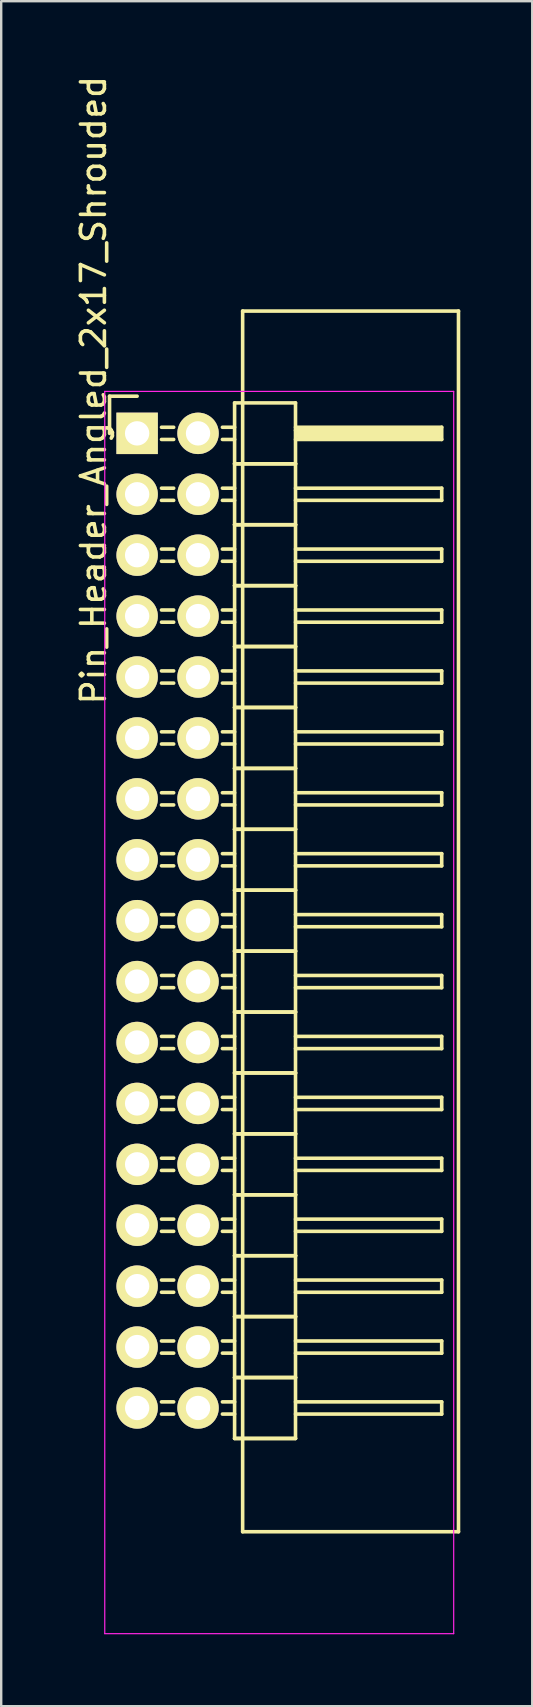
<source format=kicad_pcb>
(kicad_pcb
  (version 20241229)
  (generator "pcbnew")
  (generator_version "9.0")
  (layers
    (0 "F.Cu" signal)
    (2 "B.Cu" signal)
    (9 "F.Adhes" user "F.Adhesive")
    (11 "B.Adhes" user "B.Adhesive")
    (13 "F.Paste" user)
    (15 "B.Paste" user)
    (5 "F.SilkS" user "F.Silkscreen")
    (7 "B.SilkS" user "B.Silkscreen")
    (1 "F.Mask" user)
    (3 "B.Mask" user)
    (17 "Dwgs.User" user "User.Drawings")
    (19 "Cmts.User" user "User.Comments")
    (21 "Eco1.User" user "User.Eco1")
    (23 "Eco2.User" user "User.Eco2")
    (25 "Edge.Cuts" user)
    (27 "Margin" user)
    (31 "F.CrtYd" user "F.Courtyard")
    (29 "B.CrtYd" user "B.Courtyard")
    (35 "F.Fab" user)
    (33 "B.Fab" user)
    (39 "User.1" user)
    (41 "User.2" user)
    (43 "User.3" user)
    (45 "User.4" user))
  (footprint "Pin_Header_Angled_2x17_Shrouded"
    (layer "F.Cu")
    (at 2.668 15.02)
    (property "Reference" "Pin_Header_Angled_2x17_Shrouded" (at -1.82 -1.8 90) (layer "F.SilkS") (effects (font (size 1 1) (thickness 0.15))))
    (attr through_hole)
    (fp_line (start -1.15 -1.55) (end -1.15 0) (stroke (width 0.15) (type solid)) (layer "F.SilkS"))
    (fp_line (start 0 -1.55) (end -1.15 -1.55) (stroke (width 0.15) (type solid)) (layer "F.SilkS"))
    (fp_line (start 1.524 -0.254) (end 1.016 -0.254) (stroke (width 0.15) (type solid)) (layer "F.SilkS"))
    (fp_line (start 1.524 0.254) (end 1.016 0.254) (stroke (width 0.15) (type solid)) (layer "F.SilkS"))
    (fp_line (start 1.524 2.286) (end 1.016 2.286) (stroke (width 0.15) (type solid)) (layer "F.SilkS"))
    (fp_line (start 1.524 2.794) (end 1.016 2.794) (stroke (width 0.15) (type solid)) (layer "F.SilkS"))
    (fp_line (start 1.524 4.826) (end 1.016 4.826) (stroke (width 0.15) (type solid)) (layer "F.SilkS"))
    (fp_line (start 1.524 5.334) (end 1.016 5.334) (stroke (width 0.15) (type solid)) (layer "F.SilkS"))
    (fp_line (start 1.524 7.366) (end 1.016 7.366) (stroke (width 0.15) (type solid)) (layer "F.SilkS"))
    (fp_line (start 1.524 7.874) (end 1.016 7.874) (stroke (width 0.15) (type solid)) (layer "F.SilkS"))
    (fp_line (start 1.524 9.906) (end 1.016 9.906) (stroke (width 0.15) (type solid)) (layer "F.SilkS"))
    (fp_line (start 1.524 10.414) (end 1.016 10.414) (stroke (width 0.15) (type solid)) (layer "F.SilkS"))
    (fp_line (start 1.524 12.446) (end 1.016 12.446) (stroke (width 0.15) (type solid)) (layer "F.SilkS"))
    (fp_line (start 1.524 12.954) (end 1.016 12.954) (stroke (width 0.15) (type solid)) (layer "F.SilkS"))
    (fp_line (start 1.524 14.986) (end 1.016 14.986) (stroke (width 0.15) (type solid)) (layer "F.SilkS"))
    (fp_line (start 1.524 15.494) (end 1.016 15.494) (stroke (width 0.15) (type solid)) (layer "F.SilkS"))
    (fp_line (start 1.524 17.526) (end 1.016 17.526) (stroke (width 0.15) (type solid)) (layer "F.SilkS"))
    (fp_line (start 1.524 18.034) (end 1.016 18.034) (stroke (width 0.15) (type solid)) (layer "F.SilkS"))
    (fp_line (start 1.524 20.066) (end 1.016 20.066) (stroke (width 0.15) (type solid)) (layer "F.SilkS"))
    (fp_line (start 1.524 20.574) (end 1.016 20.574) (stroke (width 0.15) (type solid)) (layer "F.SilkS"))
    (fp_line (start 1.524 22.606) (end 1.016 22.606) (stroke (width 0.15) (type solid)) (layer "F.SilkS"))
    (fp_line (start 1.524 23.114) (end 1.016 23.114) (stroke (width 0.15) (type solid)) (layer "F.SilkS"))
    (fp_line (start 1.524 25.146) (end 1.016 25.146) (stroke (width 0.15) (type solid)) (layer "F.SilkS"))
    (fp_line (start 1.524 25.654) (end 1.016 25.654) (stroke (width 0.15) (type solid)) (layer "F.SilkS"))
    (fp_line (start 1.524 27.686) (end 1.016 27.686) (stroke (width 0.15) (type solid)) (layer "F.SilkS"))
    (fp_line (start 1.524 28.194) (end 1.016 28.194) (stroke (width 0.15) (type solid)) (layer "F.SilkS"))
    (fp_line (start 1.524 30.226) (end 1.016 30.226) (stroke (width 0.15) (type solid)) (layer "F.SilkS"))
    (fp_line (start 1.524 30.734) (end 1.016 30.734) (stroke (width 0.15) (type solid)) (layer "F.SilkS"))
    (fp_line (start 1.524 32.766) (end 1.016 32.766) (stroke (width 0.15) (type solid)) (layer "F.SilkS"))
    (fp_line (start 1.524 33.274) (end 1.016 33.274) (stroke (width 0.15) (type solid)) (layer "F.SilkS"))
    (fp_line (start 1.524 35.306) (end 1.016 35.306) (stroke (width 0.15) (type solid)) (layer "F.SilkS"))
    (fp_line (start 1.524 35.814) (end 1.016 35.814) (stroke (width 0.15) (type solid)) (layer "F.SilkS"))
    (fp_line (start 1.524 37.846) (end 1.016 37.846) (stroke (width 0.15) (type solid)) (layer "F.SilkS"))
    (fp_line (start 1.524 38.354) (end 1.016 38.354) (stroke (width 0.15) (type solid)) (layer "F.SilkS"))
    (fp_line (start 1.524 40.386) (end 1.016 40.386) (stroke (width 0.15) (type solid)) (layer "F.SilkS"))
    (fp_line (start 1.524 40.894) (end 1.016 40.894) (stroke (width 0.15) (type solid)) (layer "F.SilkS"))
    (fp_line (start 4.064 -1.27) (end 4.064 1.27) (stroke (width 0.15) (type solid)) (layer "F.SilkS"))
    (fp_line (start 4.064 -1.27) (end 6.604 -1.27) (stroke (width 0.15) (type solid)) (layer "F.SilkS"))
    (fp_line (start 4.064 -0.254) (end 3.556 -0.254) (stroke (width 0.15) (type solid)) (layer "F.SilkS"))
    (fp_line (start 4.064 0.254) (end 3.556 0.254) (stroke (width 0.15) (type solid)) (layer "F.SilkS"))
    (fp_line (start 4.064 1.27) (end 4.064 3.81) (stroke (width 0.15) (type solid)) (layer "F.SilkS"))
    (fp_line (start 4.064 1.27) (end 6.604 1.27) (stroke (width 0.15) (type solid)) (layer "F.SilkS"))
    (fp_line (start 4.064 1.27) (end 6.604 1.27) (stroke (width 0.15) (type solid)) (layer "F.SilkS"))
    (fp_line (start 4.064 2.286) (end 3.556 2.286) (stroke (width 0.15) (type solid)) (layer "F.SilkS"))
    (fp_line (start 4.064 2.794) (end 3.556 2.794) (stroke (width 0.15) (type solid)) (layer "F.SilkS"))
    (fp_line (start 4.064 3.81) (end 4.064 6.35) (stroke (width 0.15) (type solid)) (layer "F.SilkS"))
    (fp_line (start 4.064 3.81) (end 6.604 3.81) (stroke (width 0.15) (type solid)) (layer "F.SilkS"))
    (fp_line (start 4.064 3.81) (end 6.604 3.81) (stroke (width 0.15) (type solid)) (layer "F.SilkS"))
    (fp_line (start 4.064 4.826) (end 3.556 4.826) (stroke (width 0.15) (type solid)) (layer "F.SilkS"))
    (fp_line (start 4.064 5.334) (end 3.556 5.334) (stroke (width 0.15) (type solid)) (layer "F.SilkS"))
    (fp_line (start 4.064 6.35) (end 4.064 8.89) (stroke (width 0.15) (type solid)) (layer "F.SilkS"))
    (fp_line (start 4.064 6.35) (end 6.604 6.35) (stroke (width 0.15) (type solid)) (layer "F.SilkS"))
    (fp_line (start 4.064 6.35) (end 6.604 6.35) (stroke (width 0.15) (type solid)) (layer "F.SilkS"))
    (fp_line (start 4.064 7.366) (end 3.556 7.366) (stroke (width 0.15) (type solid)) (layer "F.SilkS"))
    (fp_line (start 4.064 7.874) (end 3.556 7.874) (stroke (width 0.15) (type solid)) (layer "F.SilkS"))
    (fp_line (start 4.064 8.89) (end 4.064 11.43) (stroke (width 0.15) (type solid)) (layer "F.SilkS"))
    (fp_line (start 4.064 8.89) (end 6.604 8.89) (stroke (width 0.15) (type solid)) (layer "F.SilkS"))
    (fp_line (start 4.064 8.89) (end 6.604 8.89) (stroke (width 0.15) (type solid)) (layer "F.SilkS"))
    (fp_line (start 4.064 9.906) (end 3.556 9.906) (stroke (width 0.15) (type solid)) (layer "F.SilkS"))
    (fp_line (start 4.064 10.414) (end 3.556 10.414) (stroke (width 0.15) (type solid)) (layer "F.SilkS"))
    (fp_line (start 4.064 11.43) (end 4.064 13.97) (stroke (width 0.15) (type solid)) (layer "F.SilkS"))
    (fp_line (start 4.064 11.43) (end 6.604 11.43) (stroke (width 0.15) (type solid)) (layer "F.SilkS"))
    (fp_line (start 4.064 11.43) (end 6.604 11.43) (stroke (width 0.15) (type solid)) (layer "F.SilkS"))
    (fp_line (start 4.064 12.446) (end 3.556 12.446) (stroke (width 0.15) (type solid)) (layer "F.SilkS"))
    (fp_line (start 4.064 12.954) (end 3.556 12.954) (stroke (width 0.15) (type solid)) (layer "F.SilkS"))
    (fp_line (start 4.064 13.97) (end 4.064 16.51) (stroke (width 0.15) (type solid)) (layer "F.SilkS"))
    (fp_line (start 4.064 13.97) (end 6.604 13.97) (stroke (width 0.15) (type solid)) (layer "F.SilkS"))
    (fp_line (start 4.064 13.97) (end 6.604 13.97) (stroke (width 0.15) (type solid)) (layer "F.SilkS"))
    (fp_line (start 4.064 14.986) (end 3.556 14.986) (stroke (width 0.15) (type solid)) (layer "F.SilkS"))
    (fp_line (start 4.064 15.494) (end 3.556 15.494) (stroke (width 0.15) (type solid)) (layer "F.SilkS"))
    (fp_line (start 4.064 16.51) (end 4.064 19.05) (stroke (width 0.15) (type solid)) (layer "F.SilkS"))
    (fp_line (start 4.064 16.51) (end 6.604 16.51) (stroke (width 0.15) (type solid)) (layer "F.SilkS"))
    (fp_line (start 4.064 16.51) (end 6.604 16.51) (stroke (width 0.15) (type solid)) (layer "F.SilkS"))
    (fp_line (start 4.064 17.526) (end 3.556 17.526) (stroke (width 0.15) (type solid)) (layer "F.SilkS"))
    (fp_line (start 4.064 18.034) (end 3.556 18.034) (stroke (width 0.15) (type solid)) (layer "F.SilkS"))
    (fp_line (start 4.064 19.05) (end 4.064 21.59) (stroke (width 0.15) (type solid)) (layer "F.SilkS"))
    (fp_line (start 4.064 19.05) (end 6.604 19.05) (stroke (width 0.15) (type solid)) (layer "F.SilkS"))
    (fp_line (start 4.064 19.05) (end 6.604 19.05) (stroke (width 0.15) (type solid)) (layer "F.SilkS"))
    (fp_line (start 4.064 20.066) (end 3.556 20.066) (stroke (width 0.15) (type solid)) (layer "F.SilkS"))
    (fp_line (start 4.064 20.574) (end 3.556 20.574) (stroke (width 0.15) (type solid)) (layer "F.SilkS"))
    (fp_line (start 4.064 21.59) (end 4.064 24.13) (stroke (width 0.15) (type solid)) (layer "F.SilkS"))
    (fp_line (start 4.064 21.59) (end 6.604 21.59) (stroke (width 0.15) (type solid)) (layer "F.SilkS"))
    (fp_line (start 4.064 21.59) (end 6.604 21.59) (stroke (width 0.15) (type solid)) (layer "F.SilkS"))
    (fp_line (start 4.064 22.606) (end 3.556 22.606) (stroke (width 0.15) (type solid)) (layer "F.SilkS"))
    (fp_line (start 4.064 23.114) (end 3.556 23.114) (stroke (width 0.15) (type solid)) (layer "F.SilkS"))
    (fp_line (start 4.064 24.13) (end 4.064 26.67) (stroke (width 0.15) (type solid)) (layer "F.SilkS"))
    (fp_line (start 4.064 24.13) (end 6.604 24.13) (stroke (width 0.15) (type solid)) (layer "F.SilkS"))
    (fp_line (start 4.064 24.13) (end 6.604 24.13) (stroke (width 0.15) (type solid)) (layer "F.SilkS"))
    (fp_line (start 4.064 25.146) (end 3.556 25.146) (stroke (width 0.15) (type solid)) (layer "F.SilkS"))
    (fp_line (start 4.064 25.654) (end 3.556 25.654) (stroke (width 0.15) (type solid)) (layer "F.SilkS"))
    (fp_line (start 4.064 26.67) (end 4.064 29.21) (stroke (width 0.15) (type solid)) (layer "F.SilkS"))
    (fp_line (start 4.064 26.67) (end 6.604 26.67) (stroke (width 0.15) (type solid)) (layer "F.SilkS"))
    (fp_line (start 4.064 26.67) (end 6.604 26.67) (stroke (width 0.15) (type solid)) (layer "F.SilkS"))
    (fp_line (start 4.064 27.686) (end 3.556 27.686) (stroke (width 0.15) (type solid)) (layer "F.SilkS"))
    (fp_line (start 4.064 28.194) (end 3.556 28.194) (stroke (width 0.15) (type solid)) (layer "F.SilkS"))
    (fp_line (start 4.064 29.21) (end 4.064 31.75) (stroke (width 0.15) (type solid)) (layer "F.SilkS"))
    (fp_line (start 4.064 29.21) (end 6.604 29.21) (stroke (width 0.15) (type solid)) (layer "F.SilkS"))
    (fp_line (start 4.064 29.21) (end 6.604 29.21) (stroke (width 0.15) (type solid)) (layer "F.SilkS"))
    (fp_line (start 4.064 30.226) (end 3.556 30.226) (stroke (width 0.15) (type solid)) (layer "F.SilkS"))
    (fp_line (start 4.064 30.734) (end 3.556 30.734) (stroke (width 0.15) (type solid)) (layer "F.SilkS"))
    (fp_line (start 4.064 31.75) (end 4.064 34.29) (stroke (width 0.15) (type solid)) (layer "F.SilkS"))
    (fp_line (start 4.064 31.75) (end 6.604 31.75) (stroke (width 0.15) (type solid)) (layer "F.SilkS"))
    (fp_line (start 4.064 31.75) (end 6.604 31.75) (stroke (width 0.15) (type solid)) (layer "F.SilkS"))
    (fp_line (start 4.064 32.766) (end 3.556 32.766) (stroke (width 0.15) (type solid)) (layer "F.SilkS"))
    (fp_line (start 4.064 33.274) (end 3.556 33.274) (stroke (width 0.15) (type solid)) (layer "F.SilkS"))
    (fp_line (start 4.064 34.29) (end 4.064 36.83) (stroke (width 0.15) (type solid)) (layer "F.SilkS"))
    (fp_line (start 4.064 34.29) (end 6.604 34.29) (stroke (width 0.15) (type solid)) (layer "F.SilkS"))
    (fp_line (start 4.064 34.29) (end 6.604 34.29) (stroke (width 0.15) (type solid)) (layer "F.SilkS"))
    (fp_line (start 4.064 35.306) (end 3.556 35.306) (stroke (width 0.15) (type solid)) (layer "F.SilkS"))
    (fp_line (start 4.064 35.814) (end 3.556 35.814) (stroke (width 0.15) (type solid)) (layer "F.SilkS"))
    (fp_line (start 4.064 36.83) (end 4.064 39.37) (stroke (width 0.15) (type solid)) (layer "F.SilkS"))
    (fp_line (start 4.064 36.83) (end 6.604 36.83) (stroke (width 0.15) (type solid)) (layer "F.SilkS"))
    (fp_line (start 4.064 36.83) (end 6.604 36.83) (stroke (width 0.15) (type solid)) (layer "F.SilkS"))
    (fp_line (start 4.064 37.846) (end 3.556 37.846) (stroke (width 0.15) (type solid)) (layer "F.SilkS"))
    (fp_line (start 4.064 38.354) (end 3.556 38.354) (stroke (width 0.15) (type solid)) (layer "F.SilkS"))
    (fp_line (start 4.064 39.37) (end 4.064 41.91) (stroke (width 0.15) (type solid)) (layer "F.SilkS"))
    (fp_line (start 4.064 39.37) (end 6.604 39.37) (stroke (width 0.15) (type solid)) (layer "F.SilkS"))
    (fp_line (start 4.064 39.37) (end 6.604 39.37) (stroke (width 0.15) (type solid)) (layer "F.SilkS"))
    (fp_line (start 4.064 40.386) (end 3.556 40.386) (stroke (width 0.15) (type solid)) (layer "F.SilkS"))
    (fp_line (start 4.064 40.894) (end 3.556 40.894) (stroke (width 0.15) (type solid)) (layer "F.SilkS"))
    (fp_line (start 4.064 41.91) (end 6.604 41.91) (stroke (width 0.15) (type solid)) (layer "F.SilkS"))
    (fp_line (start 4.064 41.91) (end 6.604 41.91) (stroke (width 0.15) (type solid)) (layer "F.SilkS"))
    (fp_line (start 4.4 -5.1) (end 13.4 -5.1) (stroke (width 0.15) (type solid)) (layer "F.SilkS"))
    (fp_line (start 4.4 45.8) (end 4.4 -5.1) (stroke (width 0.15) (type solid)) (layer "F.SilkS"))
    (fp_line (start 6.604 -0.254) (end 12.7 -0.254) (stroke (width 0.15) (type solid)) (layer "F.SilkS"))
    (fp_line (start 6.604 -0.127) (end 12.573 -0.127) (stroke (width 0.15) (type solid)) (layer "F.SilkS"))
    (fp_line (start 6.604 1.27) (end 6.604 -1.27) (stroke (width 0.15) (type solid)) (layer "F.SilkS"))
    (fp_line (start 6.604 2.286) (end 12.7 2.286) (stroke (width 0.15) (type solid)) (layer "F.SilkS"))
    (fp_line (start 6.604 3.81) (end 6.604 1.27) (stroke (width 0.15) (type solid)) (layer "F.SilkS"))
    (fp_line (start 6.604 4.826) (end 12.7 4.826) (stroke (width 0.15) (type solid)) (layer "F.SilkS"))
    (fp_line (start 6.604 6.35) (end 6.604 3.81) (stroke (width 0.15) (type solid)) (layer "F.SilkS"))
    (fp_line (start 6.604 7.366) (end 12.7 7.366) (stroke (width 0.15) (type solid)) (layer "F.SilkS"))
    (fp_line (start 6.604 8.89) (end 6.604 6.35) (stroke (width 0.15) (type solid)) (layer "F.SilkS"))
    (fp_line (start 6.604 9.906) (end 12.7 9.906) (stroke (width 0.15) (type solid)) (layer "F.SilkS"))
    (fp_line (start 6.604 11.43) (end 6.604 8.89) (stroke (width 0.15) (type solid)) (layer "F.SilkS"))
    (fp_line (start 6.604 12.446) (end 12.7 12.446) (stroke (width 0.15) (type solid)) (layer "F.SilkS"))
    (fp_line (start 6.604 13.97) (end 6.604 11.43) (stroke (width 0.15) (type solid)) (layer "F.SilkS"))
    (fp_line (start 6.604 14.986) (end 12.7 14.986) (stroke (width 0.15) (type solid)) (layer "F.SilkS"))
    (fp_line (start 6.604 16.51) (end 6.604 13.97) (stroke (width 0.15) (type solid)) (layer "F.SilkS"))
    (fp_line (start 6.604 17.526) (end 12.7 17.526) (stroke (width 0.15) (type solid)) (layer "F.SilkS"))
    (fp_line (start 6.604 19.05) (end 6.604 16.51) (stroke (width 0.15) (type solid)) (layer "F.SilkS"))
    (fp_line (start 6.604 20.066) (end 12.7 20.066) (stroke (width 0.15) (type solid)) (layer "F.SilkS"))
    (fp_line (start 6.604 21.59) (end 6.604 19.05) (stroke (width 0.15) (type solid)) (layer "F.SilkS"))
    (fp_line (start 6.604 22.606) (end 12.7 22.606) (stroke (width 0.15) (type solid)) (layer "F.SilkS"))
    (fp_line (start 6.604 24.13) (end 6.604 21.59) (stroke (width 0.15) (type solid)) (layer "F.SilkS"))
    (fp_line (start 6.604 25.146) (end 12.7 25.146) (stroke (width 0.15) (type solid)) (layer "F.SilkS"))
    (fp_line (start 6.604 26.67) (end 6.604 24.13) (stroke (width 0.15) (type solid)) (layer "F.SilkS"))
    (fp_line (start 6.604 27.686) (end 12.7 27.686) (stroke (width 0.15) (type solid)) (layer "F.SilkS"))
    (fp_line (start 6.604 29.21) (end 6.604 26.67) (stroke (width 0.15) (type solid)) (layer "F.SilkS"))
    (fp_line (start 6.604 30.226) (end 12.7 30.226) (stroke (width 0.15) (type solid)) (layer "F.SilkS"))
    (fp_line (start 6.604 31.75) (end 6.604 29.21) (stroke (width 0.15) (type solid)) (layer "F.SilkS"))
    (fp_line (start 6.604 32.766) (end 12.7 32.766) (stroke (width 0.15) (type solid)) (layer "F.SilkS"))
    (fp_line (start 6.604 34.29) (end 6.604 31.75) (stroke (width 0.15) (type solid)) (layer "F.SilkS"))
    (fp_line (start 6.604 35.306) (end 12.7 35.306) (stroke (width 0.15) (type solid)) (layer "F.SilkS"))
    (fp_line (start 6.604 36.83) (end 6.604 34.29) (stroke (width 0.15) (type solid)) (layer "F.SilkS"))
    (fp_line (start 6.604 37.846) (end 12.7 37.846) (stroke (width 0.15) (type solid)) (layer "F.SilkS"))
    (fp_line (start 6.604 39.37) (end 6.604 36.83) (stroke (width 0.15) (type solid)) (layer "F.SilkS"))
    (fp_line (start 6.604 40.386) (end 12.7 40.386) (stroke (width 0.15) (type solid)) (layer "F.SilkS"))
    (fp_line (start 6.604 41.91) (end 6.604 39.37) (stroke (width 0.15) (type solid)) (layer "F.SilkS"))
    (fp_line (start 6.731 0) (end 12.573 0) (stroke (width 0.15) (type solid)) (layer "F.SilkS"))
    (fp_line (start 6.731 0.127) (end 6.731 0) (stroke (width 0.15) (type solid)) (layer "F.SilkS"))
    (fp_line (start 12.573 -0.127) (end 12.573 0.127) (stroke (width 0.15) (type solid)) (layer "F.SilkS"))
    (fp_line (start 12.573 0.127) (end 6.731 0.127) (stroke (width 0.15) (type solid)) (layer "F.SilkS"))
    (fp_line (start 12.7 -0.254) (end 12.7 0.254) (stroke (width 0.15) (type solid)) (layer "F.SilkS"))
    (fp_line (start 12.7 0.254) (end 6.604 0.254) (stroke (width 0.15) (type solid)) (layer "F.SilkS"))
    (fp_line (start 12.7 2.286) (end 12.7 2.794) (stroke (width 0.15) (type solid)) (layer "F.SilkS"))
    (fp_line (start 12.7 2.794) (end 6.604 2.794) (stroke (width 0.15) (type solid)) (layer "F.SilkS"))
    (fp_line (start 12.7 4.826) (end 12.7 5.334) (stroke (width 0.15) (type solid)) (layer "F.SilkS"))
    (fp_line (start 12.7 5.334) (end 6.604 5.334) (stroke (width 0.15) (type solid)) (layer "F.SilkS"))
    (fp_line (start 12.7 7.366) (end 12.7 7.874) (stroke (width 0.15) (type solid)) (layer "F.SilkS"))
    (fp_line (start 12.7 7.874) (end 6.604 7.874) (stroke (width 0.15) (type solid)) (layer "F.SilkS"))
    (fp_line (start 12.7 9.906) (end 12.7 10.414) (stroke (width 0.15) (type solid)) (layer "F.SilkS"))
    (fp_line (start 12.7 10.414) (end 6.604 10.414) (stroke (width 0.15) (type solid)) (layer "F.SilkS"))
    (fp_line (start 12.7 12.446) (end 12.7 12.954) (stroke (width 0.15) (type solid)) (layer "F.SilkS"))
    (fp_line (start 12.7 12.954) (end 6.604 12.954) (stroke (width 0.15) (type solid)) (layer "F.SilkS"))
    (fp_line (start 12.7 14.986) (end 12.7 15.494) (stroke (width 0.15) (type solid)) (layer "F.SilkS"))
    (fp_line (start 12.7 15.494) (end 6.604 15.494) (stroke (width 0.15) (type solid)) (layer "F.SilkS"))
    (fp_line (start 12.7 17.526) (end 12.7 18.034) (stroke (width 0.15) (type solid)) (layer "F.SilkS"))
    (fp_line (start 12.7 18.034) (end 6.604 18.034) (stroke (width 0.15) (type solid)) (layer "F.SilkS"))
    (fp_line (start 12.7 20.066) (end 12.7 20.574) (stroke (width 0.15) (type solid)) (layer "F.SilkS"))
    (fp_line (start 12.7 20.574) (end 6.604 20.574) (stroke (width 0.15) (type solid)) (layer "F.SilkS"))
    (fp_line (start 12.7 22.606) (end 12.7 23.114) (stroke (width 0.15) (type solid)) (layer "F.SilkS"))
    (fp_line (start 12.7 23.114) (end 6.604 23.114) (stroke (width 0.15) (type solid)) (layer "F.SilkS"))
    (fp_line (start 12.7 25.146) (end 12.7 25.654) (stroke (width 0.15) (type solid)) (layer "F.SilkS"))
    (fp_line (start 12.7 25.654) (end 6.604 25.654) (stroke (width 0.15) (type solid)) (layer "F.SilkS"))
    (fp_line (start 12.7 27.686) (end 12.7 28.194) (stroke (width 0.15) (type solid)) (layer "F.SilkS"))
    (fp_line (start 12.7 28.194) (end 6.604 28.194) (stroke (width 0.15) (type solid)) (layer "F.SilkS"))
    (fp_line (start 12.7 30.226) (end 12.7 30.734) (stroke (width 0.15) (type solid)) (layer "F.SilkS"))
    (fp_line (start 12.7 30.734) (end 6.604 30.734) (stroke (width 0.15) (type solid)) (layer "F.SilkS"))
    (fp_line (start 12.7 32.766) (end 12.7 33.274) (stroke (width 0.15) (type solid)) (layer "F.SilkS"))
    (fp_line (start 12.7 33.274) (end 6.604 33.274) (stroke (width 0.15) (type solid)) (layer "F.SilkS"))
    (fp_line (start 12.7 35.306) (end 12.7 35.814) (stroke (width 0.15) (type solid)) (layer "F.SilkS"))
    (fp_line (start 12.7 35.814) (end 6.604 35.814) (stroke (width 0.15) (type solid)) (layer "F.SilkS"))
    (fp_line (start 12.7 37.846) (end 12.7 38.354) (stroke (width 0.15) (type solid)) (layer "F.SilkS"))
    (fp_line (start 12.7 38.354) (end 6.604 38.354) (stroke (width 0.15) (type solid)) (layer "F.SilkS"))
    (fp_line (start 12.7 40.386) (end 12.7 40.894) (stroke (width 0.15) (type solid)) (layer "F.SilkS"))
    (fp_line (start 12.7 40.894) (end 6.604 40.894) (stroke (width 0.15) (type solid)) (layer "F.SilkS"))
    (fp_line (start 13.4 -5.1) (end 13.4 45.8) (stroke (width 0.15) (type solid)) (layer "F.SilkS"))
    (fp_line (start 13.4 45.8) (end 4.4 45.8) (stroke (width 0.15) (type solid)) (layer "F.SilkS"))
    (fp_line (start -1.35 -1.75) (end -1.35 50.05) (stroke (width 0.05) (type solid)) (layer "F.CrtYd"))
    (fp_line (start -1.35 -1.75) (end 13.2 -1.75) (stroke (width 0.05) (type solid)) (layer "F.CrtYd"))
    (fp_line (start -1.35 50.05) (end 13.2 50.05) (stroke (width 0.05) (type solid)) (layer "F.CrtYd"))
    (fp_line (start 13.2 -1.75) (end 13.2 50.05) (stroke (width 0.05) (type solid)) (layer "F.CrtYd"))
    (pad "1" thru_hole rect (at 0 0) (size 1.727 1.727) (drill 1.016) (layers "*.Cu" "*.Mask" "F.SilkS"))
    (pad "2" thru_hole oval (at 2.54 0) (size 1.727 1.727) (drill 1.016) (layers "*.Cu" "*.Mask" "F.SilkS"))
    (pad "3" thru_hole oval (at 0 2.54) (size 1.727 1.727) (drill 1.016) (layers "*.Cu" "*.Mask" "F.SilkS"))
    (pad "4" thru_hole oval (at 2.54 2.54) (size 1.727 1.727) (drill 1.016) (layers "*.Cu" "*.Mask" "F.SilkS"))
    (pad "5" thru_hole oval (at 0 5.08) (size 1.727 1.727) (drill 1.016) (layers "*.Cu" "*.Mask" "F.SilkS"))
    (pad "6" thru_hole oval (at 2.54 5.08) (size 1.727 1.727) (drill 1.016) (layers "*.Cu" "*.Mask" "F.SilkS"))
    (pad "7" thru_hole oval (at 0 7.62) (size 1.727 1.727) (drill 1.016) (layers "*.Cu" "*.Mask" "F.SilkS"))
    (pad "8" thru_hole oval (at 2.54 7.62) (size 1.727 1.727) (drill 1.016) (layers "*.Cu" "*.Mask" "F.SilkS"))
    (pad "9" thru_hole oval (at 0 10.16) (size 1.727 1.727) (drill 1.016) (layers "*.Cu" "*.Mask" "F.SilkS"))
    (pad "10" thru_hole oval (at 2.54 10.16) (size 1.727 1.727) (drill 1.016) (layers "*.Cu" "*.Mask" "F.SilkS"))
    (pad "11" thru_hole oval (at 0 12.7) (size 1.727 1.727) (drill 1.016) (layers "*.Cu" "*.Mask" "F.SilkS"))
    (pad "12" thru_hole oval (at 2.54 12.7) (size 1.727 1.727) (drill 1.016) (layers "*.Cu" "*.Mask" "F.SilkS"))
    (pad "13" thru_hole oval (at 0 15.24) (size 1.727 1.727) (drill 1.016) (layers "*.Cu" "*.Mask" "F.SilkS"))
    (pad "14" thru_hole oval (at 2.54 15.24) (size 1.727 1.727) (drill 1.016) (layers "*.Cu" "*.Mask" "F.SilkS"))
    (pad "15" thru_hole oval (at 0 17.78) (size 1.727 1.727) (drill 1.016) (layers "*.Cu" "*.Mask" "F.SilkS"))
    (pad "16" thru_hole oval (at 2.54 17.78) (size 1.727 1.727) (drill 1.016) (layers "*.Cu" "*.Mask" "F.SilkS"))
    (pad "17" thru_hole oval (at 0 20.32) (size 1.727 1.727) (drill 1.016) (layers "*.Cu" "*.Mask" "F.SilkS"))
    (pad "18" thru_hole oval (at 2.54 20.32) (size 1.727 1.727) (drill 1.016) (layers "*.Cu" "*.Mask" "F.SilkS"))
    (pad "19" thru_hole oval (at 0 22.86) (size 1.727 1.727) (drill 1.016) (layers "*.Cu" "*.Mask" "F.SilkS"))
    (pad "20" thru_hole oval (at 2.54 22.86) (size 1.727 1.727) (drill 1.016) (layers "*.Cu" "*.Mask" "F.SilkS"))
    (pad "21" thru_hole oval (at 0 25.4) (size 1.727 1.727) (drill 1.016) (layers "*.Cu" "*.Mask" "F.SilkS"))
    (pad "22" thru_hole oval (at 2.54 25.4) (size 1.727 1.727) (drill 1.016) (layers "*.Cu" "*.Mask" "F.SilkS"))
    (pad "23" thru_hole oval (at 0 27.94) (size 1.727 1.727) (drill 1.016) (layers "*.Cu" "*.Mask" "F.SilkS"))
    (pad "24" thru_hole oval (at 2.54 27.94) (size 1.727 1.727) (drill 1.016) (layers "*.Cu" "*.Mask" "F.SilkS"))
    (pad "25" thru_hole oval (at 0 30.48) (size 1.727 1.727) (drill 1.016) (layers "*.Cu" "*.Mask" "F.SilkS"))
    (pad "26" thru_hole oval (at 2.54 30.48) (size 1.727 1.727) (drill 1.016) (layers "*.Cu" "*.Mask" "F.SilkS"))
    (pad "27" thru_hole oval (at 0 33.02) (size 1.727 1.727) (drill 1.016) (layers "*.Cu" "*.Mask" "F.SilkS"))
    (pad "28" thru_hole oval (at 2.54 33.02) (size 1.727 1.727) (drill 1.016) (layers "*.Cu" "*.Mask" "F.SilkS"))
    (pad "29" thru_hole oval (at 0 35.56) (size 1.727 1.727) (drill 1.016) (layers "*.Cu" "*.Mask" "F.SilkS"))
    (pad "30" thru_hole oval (at 2.54 35.56) (size 1.727 1.727) (drill 1.016) (layers "*.Cu" "*.Mask" "F.SilkS"))
    (pad "31" thru_hole oval (at 0 38.1) (size 1.727 1.727) (drill 1.016) (layers "*.Cu" "*.Mask" "F.SilkS"))
    (pad "32" thru_hole oval (at 2.54 38.1) (size 1.727 1.727) (drill 1.016) (layers "*.Cu" "*.Mask" "F.SilkS"))
    (pad "33" thru_hole oval (at 0 40.64) (size 1.727 1.727) (drill 1.016) (layers "*.Cu" "*.Mask" "F.SilkS"))
    (pad "34" thru_hole oval (at 2.54 40.64) (size 1.727 1.727) (drill 1.016) (layers "*.Cu" "*.Mask" "F.SilkS")))
  (gr_rect
    (start -3 -3)
    (end 19.143 68.095)
    (stroke (width 0.1) (type default))
    (fill no)
    (layer "Edge.Cuts")))
</source>
